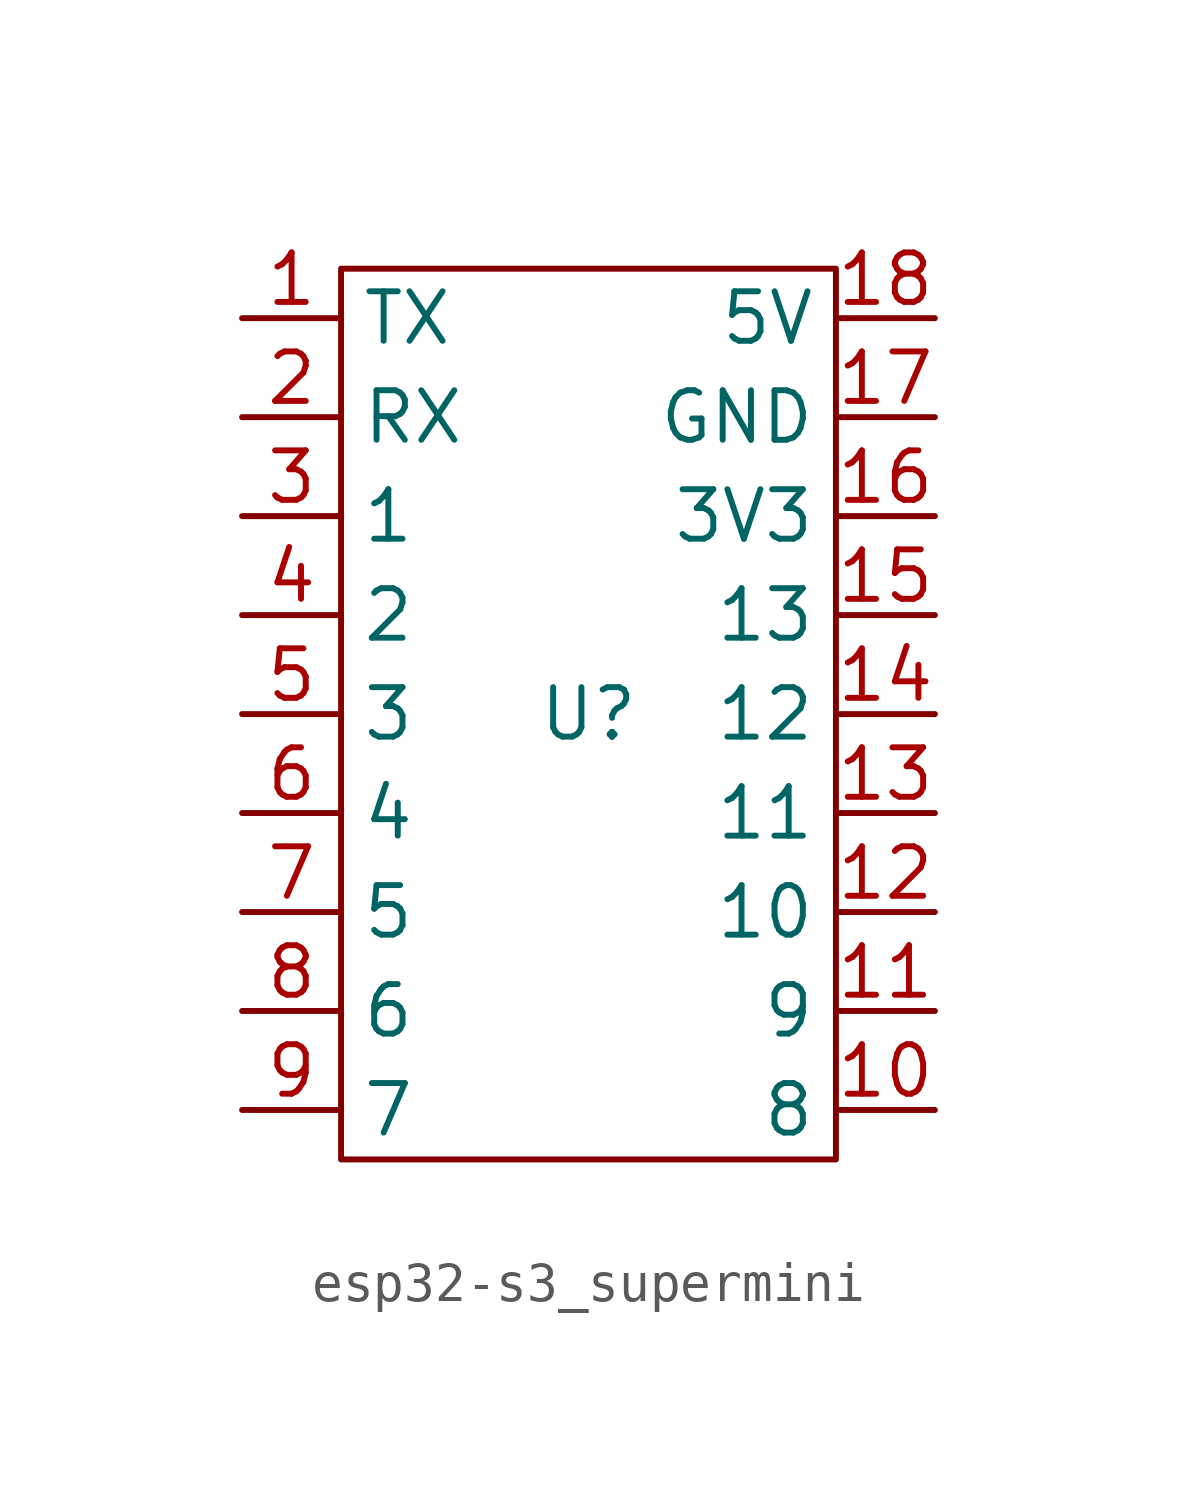
<source format=kicad_sym>
(kicad_symbol_lib
  (version 20220914)
  (generator kicad_symbol_editor)
  (symbol "esp32-s3_supermini"
    (property "Reference" "U"
      (at 0 0 0)
      (effects (font (size 1.27 1.27))))
    (property "Value" ""
      (at 0 0 0)
      (effects (font (size 1.27 1.27))))
    (symbol "esp32-s3_supermini_0_1"
      (polyline (pts (xy -6.35 11.43) (xy -6.35 -11.43) (xy 6.35 -11.43) (xy 6.35 11.43) (xy -6.35 11.43)) (stroke (width 0) (type default)) (fill (type none))))
    (symbol "esp32-s3_supermini_1_1"
      (pin bidirectional line (at -8.89 10.16 0) (length 2.54) (name "TX" (effects (font (size 1.27 1.27)))) (number "1" (effects (font (size 1.27 1.27)))))
      (pin bidirectional line (at 8.89 -10.16 180) (length 2.54) (name "8" (effects (font (size 1.27 1.27)))) (number "10" (effects (font (size 1.27 1.27)))))
      (pin bidirectional line (at 8.89 -7.62 180) (length 2.54) (name "9" (effects (font (size 1.27 1.27)))) (number "11" (effects (font (size 1.27 1.27)))))
      (pin bidirectional line (at 8.89 -5.08 180) (length 2.54) (name "10" (effects (font (size 1.27 1.27)))) (number "12" (effects (font (size 1.27 1.27)))))
      (pin bidirectional line (at 8.89 -2.54 180) (length 2.54) (name "11" (effects (font (size 1.27 1.27)))) (number "13" (effects (font (size 1.27 1.27)))))
      (pin bidirectional line (at 8.89 0 180) (length 2.54) (name "12" (effects (font (size 1.27 1.27)))) (number "14" (effects (font (size 1.27 1.27)))))
      (pin bidirectional line (at 8.89 2.54 180) (length 2.54) (name "13" (effects (font (size 1.27 1.27)))) (number "15" (effects (font (size 1.27 1.27)))))
      (pin power_out line (at 8.89 5.08 180) (length 2.54) (name "3V3" (effects (font (size 1.27 1.27)))) (number "16" (effects (font (size 1.27 1.27)))))
      (pin power_out line (at 8.89 7.62 180) (length 2.54) (name "GND" (effects (font (size 1.27 1.27)))) (number "17" (effects (font (size 1.27 1.27)))))
      (pin power_in line (at 8.89 10.16 180) (length 2.54) (name "5V" (effects (font (size 1.27 1.27)))) (number "18" (effects (font (size 1.27 1.27)))))
      (pin bidirectional line (at -8.89 7.62 0) (length 2.54) (name "RX" (effects (font (size 1.27 1.27)))) (number "2" (effects (font (size 1.27 1.27)))))
      (pin bidirectional line (at -8.89 5.08 0) (length 2.54) (name "1" (effects (font (size 1.27 1.27)))) (number "3" (effects (font (size 1.27 1.27)))))
      (pin bidirectional line (at -8.89 2.54 0) (length 2.54) (name "2" (effects (font (size 1.27 1.27)))) (number "4" (effects (font (size 1.27 1.27)))))
      (pin bidirectional line (at -8.89 0 0) (length 2.54) (name "3" (effects (font (size 1.27 1.27)))) (number "5" (effects (font (size 1.27 1.27)))))
      (pin bidirectional line (at -8.89 -2.54 0) (length 2.54) (name "4" (effects (font (size 1.27 1.27)))) (number "6" (effects (font (size 1.27 1.27)))))
      (pin bidirectional line (at -8.89 -5.08 0) (length 2.54) (name "5" (effects (font (size 1.27 1.27)))) (number "7" (effects (font (size 1.27 1.27)))))
      (pin bidirectional line (at -8.89 -7.62 0) (length 2.54) (name "6" (effects (font (size 1.27 1.27)))) (number "8" (effects (font (size 1.27 1.27)))))
      (pin bidirectional line (at -8.89 -10.16 0) (length 2.54) (name "7" (effects (font (size 1.27 1.27)))) (number "9" (effects (font (size 1.27 1.27))))))))
</source>
